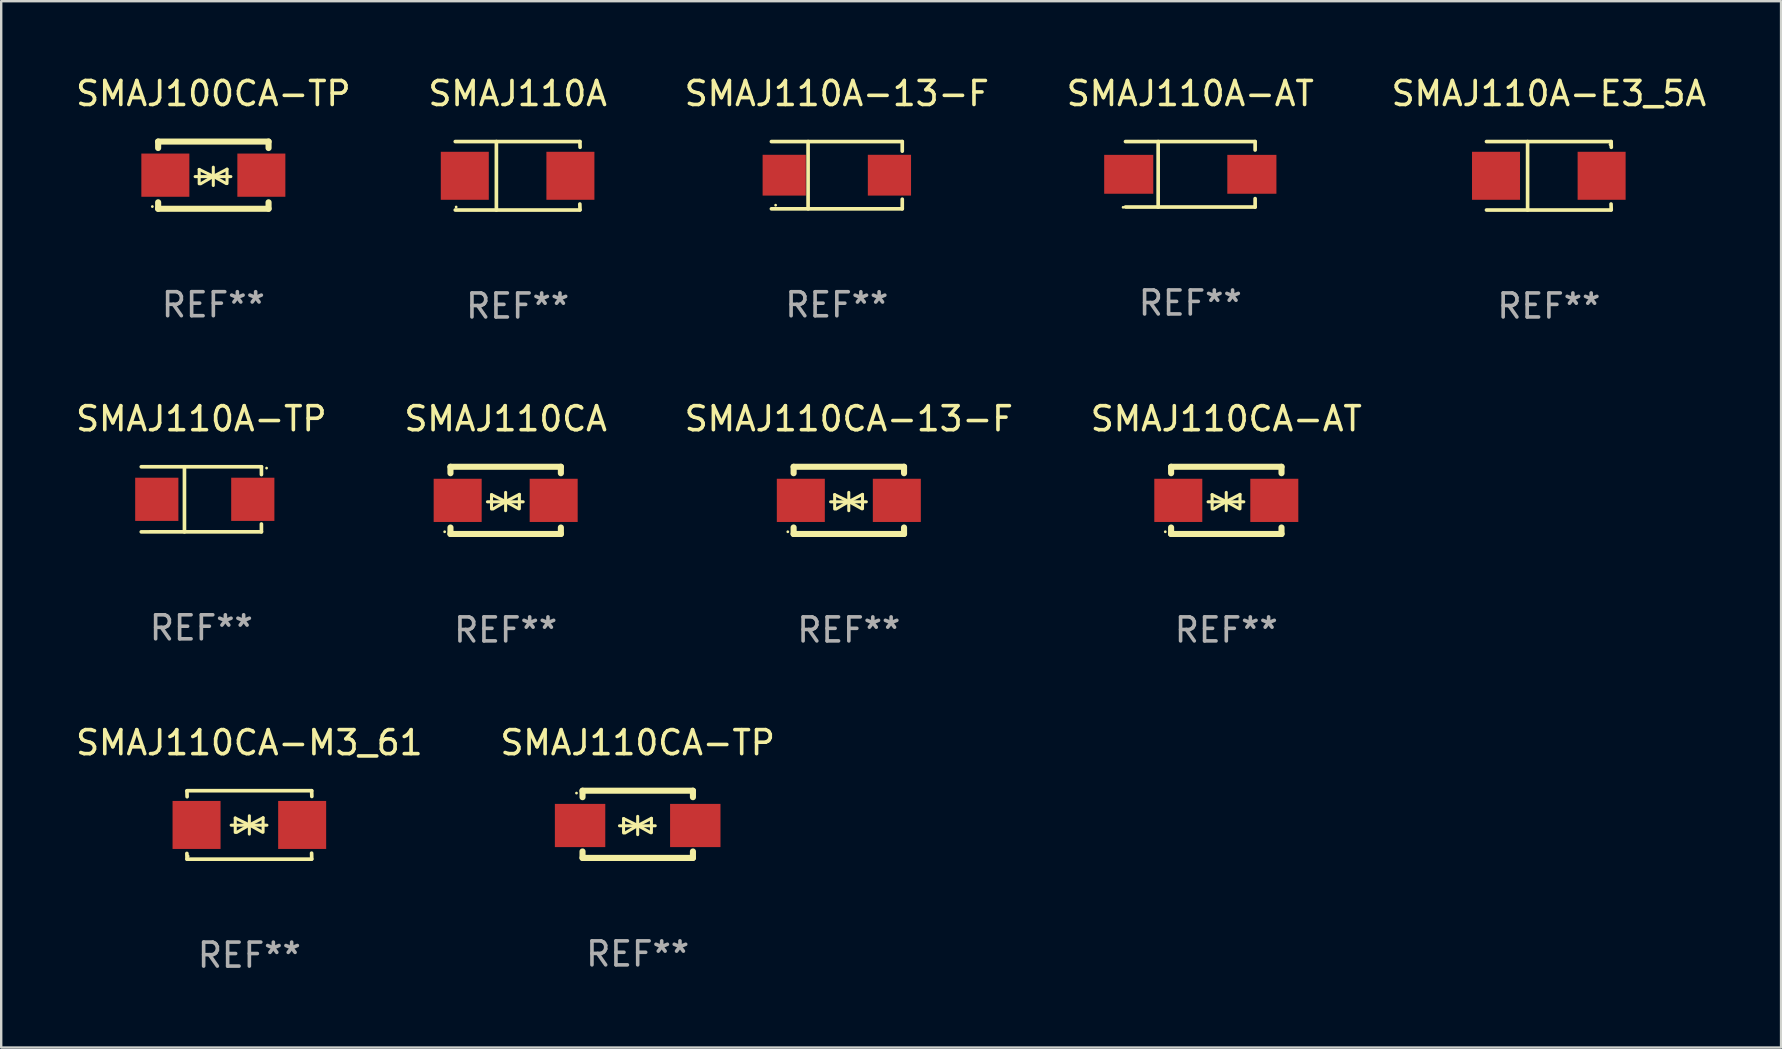
<source format=kicad_pcb>
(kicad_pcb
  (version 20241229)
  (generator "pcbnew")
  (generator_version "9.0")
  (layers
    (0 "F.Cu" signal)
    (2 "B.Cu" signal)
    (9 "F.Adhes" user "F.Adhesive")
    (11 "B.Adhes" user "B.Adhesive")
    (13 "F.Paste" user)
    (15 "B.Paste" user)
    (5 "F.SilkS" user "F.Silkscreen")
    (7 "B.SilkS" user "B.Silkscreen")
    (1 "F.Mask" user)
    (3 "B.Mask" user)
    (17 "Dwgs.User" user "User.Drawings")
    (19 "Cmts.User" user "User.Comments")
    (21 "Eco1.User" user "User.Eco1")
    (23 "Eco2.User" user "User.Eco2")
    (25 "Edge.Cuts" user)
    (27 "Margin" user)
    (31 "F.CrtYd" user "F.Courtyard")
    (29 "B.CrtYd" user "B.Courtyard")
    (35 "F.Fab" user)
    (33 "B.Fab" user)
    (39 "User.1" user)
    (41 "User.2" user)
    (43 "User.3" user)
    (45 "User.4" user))
  (footprint "SMAJ110CA-M3_61"
    (layer "F.Cu")
    (at 7.339 31.32)
    (property "Reference" "SMAJ110CA-M3_61" (at 0 -3.426 0) (layer "F.SilkS") (effects (font (size 1 1) (thickness 0.15))))
    (attr through_hole)
    (fp_line (start -2.596 -1.426) (end 2.596 -1.426) (stroke (width 0.152) (type solid)) (layer "F.SilkS"))
    (fp_line (start -2.596 1.426) (end -2.603 1.187) (stroke (width 0.152) (type solid)) (layer "F.SilkS"))
    (fp_line (start -2.596 1.426) (end 2.596 1.426) (stroke (width 0.152) (type solid)) (layer "F.SilkS"))
    (fp_line (start -2.593 -1.176) (end -2.6 -1.415) (stroke (width 0.152) (type solid)) (layer "F.SilkS"))
    (fp_line (start -0.758 0.011) (end 0.732 0.011) (stroke (width 0.127) (type solid)) (layer "F.SilkS"))
    (fp_line (start -0.588 -0.289) (end -0.588 0.311) (stroke (width 0.127) (type solid)) (layer "F.SilkS"))
    (fp_line (start -0.588 -0.289) (end 0 0) (stroke (width 0.127) (type solid)) (layer "F.SilkS"))
    (fp_line (start -0.528 0.311) (end 0 0) (stroke (width 0.127) (type solid)) (layer "F.SilkS"))
    (fp_line (start 0 0) (end 0 -0.381) (stroke (width 0.127) (type solid)) (layer "F.SilkS"))
    (fp_line (start 0 0) (end 0 0.381) (stroke (width 0.127) (type solid)) (layer "F.SilkS"))
    (fp_line (start 0.542 0.301) (end 0 0) (stroke (width 0.127) (type solid)) (layer "F.SilkS"))
    (fp_line (start 0.572 -0.299) (end 0 0) (stroke (width 0.127) (type solid)) (layer "F.SilkS"))
    (fp_line (start 0.572 -0.299) (end 0.572 0.301) (stroke (width 0.127) (type solid)) (layer "F.SilkS"))
    (fp_line (start 2.593 1.176) (end 2.6 1.415) (stroke (width 0.152) (type solid)) (layer "F.SilkS"))
    (fp_line (start 2.596 -1.426) (end 2.603 -1.187) (stroke (width 0.152) (type solid)) (layer "F.SilkS"))
    (fp_circle (center -2.55 1.3) (end -2.52 1.3) (stroke (width 0.06) (type solid)) (fill no) (layer "F.SilkS"))
    (fp_text user "REF**" (at 0 5.426 0) (layer "F.Fab") (effects (font (size 1 1) (thickness 0.15))))
    (pad "1" smd rect (at -2.2 0 180) (size 2 2) (layers "F.Cu" "F.Mask" "F.Paste"))
    (pad "2" smd rect (at 2.2 0 180) (size 2 2) (layers "F.Cu" "F.Mask" "F.Paste")))
  (footprint "SMAJ110A-TP"
    (layer "F.Cu")
    (at 5.339 17.753)
    (property "Reference" "SMAJ110A-TP" (at 0 -3.356 0) (layer "F.SilkS") (effects (font (size 1 1) (thickness 0.15))))
    (attr through_hole)
    (fp_line (start -2.503 -1.356) (end 2.503 -1.355) (stroke (width 0.152) (type solid)) (layer "F.SilkS"))
    (fp_line (start -2.503 1.356) (end 2.503 1.355) (stroke (width 0.152) (type solid)) (layer "F.SilkS"))
    (fp_line (start -0.704 -1.356) (end -0.704 1.356) (stroke (width 0.152) (type solid)) (layer "F.SilkS"))
    (fp_line (start 2.502 -1.356) (end 2.503 -1.03) (stroke (width 0.152) (type solid)) (layer "F.SilkS"))
    (fp_line (start 2.503 1.355) (end 2.502 1.029) (stroke (width 0.152) (type solid)) (layer "F.SilkS"))
    (fp_circle (center 2.718 -1.3) (end 2.748 -1.3) (stroke (width 0.06) (type solid)) (fill no) (layer "F.SilkS"))
    (fp_text user "REF**" (at 0 5.356 0) (layer "F.Fab") (effects (font (size 1 1) (thickness 0.15))))
    (pad "1" smd rect (at 2.143 0) (size 1.8 1.8) (layers "F.Cu" "F.Mask" "F.Paste"))
    (pad "2" smd rect (at -1.857 0) (size 1.8 1.8) (layers "F.Cu" "F.Mask" "F.Paste")))
  (footprint "SMAJ110A-AT"
    (layer "F.Cu")
    (at 46.542 4.212)
    (property "Reference" "SMAJ110A-AT" (at 0 -3.364 0) (layer "F.SilkS") (effects (font (size 1 1) (thickness 0.15))))
    (attr through_hole)
    (fp_line (start -2.701 -1.364) (end 2.701 -1.364) (stroke (width 0.152) (type solid)) (layer "F.SilkS"))
    (fp_line (start -2.701 1.364) (end 2.701 1.364) (stroke (width 0.152) (type solid)) (layer "F.SilkS"))
    (fp_line (start -1.339 -1.364) (end -1.339 1.364) (stroke (width 0.152) (type solid)) (layer "F.SilkS"))
    (fp_line (start 2.701 -1.364) (end 2.701 -1.013) (stroke (width 0.152) (type solid)) (layer "F.SilkS"))
    (fp_line (start 2.701 1.364) (end 2.701 1.013) (stroke (width 0.152) (type solid)) (layer "F.SilkS"))
    (fp_circle (center -2.8 1.375) (end -2.77 1.375) (stroke (width 0.06) (type solid)) (fill no) (layer "F.SilkS"))
    (fp_text user "REF**" (at 0 5.364 0) (layer "F.Fab") (effects (font (size 1 1) (thickness 0.15))))
    (pad "1" smd rect (at -2.565 -0.000025) (size 2.046 1.62) (layers "F.Cu" "F.Mask" "F.Paste"))
    (pad "2" smd rect (at 2.565 -0.000025) (size 2.046 1.62) (layers "F.Cu" "F.Mask" "F.Paste")))
  (footprint "SMAJ110CA-AT"
    (layer "F.Cu")
    (at 48.042 17.797)
    (property "Reference" "SMAJ110CA-AT" (at 0 -3.4 0) (layer "F.SilkS") (effects (font (size 1 1) (thickness 0.15))))
    (attr through_hole)
    (fp_line (start -2.3 -1.4) (end -2.3 -1.131) (stroke (width 0.254) (type solid)) (layer "F.SilkS"))
    (fp_line (start -2.3 -1.4) (end 2.3 -1.4) (stroke (width 0.254) (type solid)) (layer "F.SilkS"))
    (fp_line (start -2.3 1.131) (end -2.3 1.4) (stroke (width 0.254) (type solid)) (layer "F.SilkS"))
    (fp_line (start -2.3 1.4) (end 2.3 1.4) (stroke (width 0.254) (type solid)) (layer "F.SilkS"))
    (fp_line (start -0.76 0.06) (end 0.73 0.06) (stroke (width 0.127) (type solid)) (layer "F.SilkS"))
    (fp_line (start -0.59 -0.24) (end -0.59 0.36) (stroke (width 0.127) (type solid)) (layer "F.SilkS"))
    (fp_line (start -0.59 -0.24) (end -0.002 0.049) (stroke (width 0.127) (type solid)) (layer "F.SilkS"))
    (fp_line (start -0.53 0.36) (end -0.002 0.049) (stroke (width 0.127) (type solid)) (layer "F.SilkS"))
    (fp_line (start -0.002 0.049) (end -0.002 -0.332) (stroke (width 0.127) (type solid)) (layer "F.SilkS"))
    (fp_line (start -0.002 0.049) (end -0.002 0.43) (stroke (width 0.127) (type solid)) (layer "F.SilkS"))
    (fp_line (start 0.54 0.35) (end -0.002 0.049) (stroke (width 0.127) (type solid)) (layer "F.SilkS"))
    (fp_line (start 0.57 -0.25) (end -0.002 0.049) (stroke (width 0.127) (type solid)) (layer "F.SilkS"))
    (fp_line (start 0.57 -0.25) (end 0.57 0.35) (stroke (width 0.127) (type solid)) (layer "F.SilkS"))
    (fp_line (start 2.3 -1.4) (end 2.3 -1.131) (stroke (width 0.254) (type solid)) (layer "F.SilkS"))
    (fp_line (start 2.3 1.131) (end 2.3 1.4) (stroke (width 0.254) (type solid)) (layer "F.SilkS"))
    (fp_circle (center -2.542 1.308) (end -2.512 1.308) (stroke (width 0.06) (type solid)) (fill no) (layer "F.SilkS"))
    (fp_text user "REF**" (at 0 5.4 0) (layer "F.Fab") (effects (font (size 1 1) (thickness 0.15))))
    (pad "1" smd rect (at -2 0) (size 2 1.8) (layers "F.Cu" "F.Mask" "F.Paste"))
    (pad "2" smd rect (at 2 0) (size 2 1.8) (layers "F.Cu" "F.Mask" "F.Paste")))
  (footprint "SMAJ110A"
    (layer "F.Cu")
    (at 18.518 4.274)
    (property "Reference" "SMAJ110A" (at 0 -3.426 0) (layer "F.SilkS") (effects (font (size 1 1) (thickness 0.15))))
    (attr through_hole)
    (fp_line (start -2.6 -1.426) (end 2.593 -1.426) (stroke (width 0.152) (type solid)) (layer "F.SilkS"))
    (fp_line (start -2.6 1.426) (end 2.593 1.426) (stroke (width 0.152) (type solid)) (layer "F.SilkS"))
    (fp_line (start -0.887 -1.426) (end -0.887 1.426) (stroke (width 0.152) (type solid)) (layer "F.SilkS"))
    (fp_line (start 2.59 1.176) (end 2.597 1.415) (stroke (width 0.152) (type solid)) (layer "F.SilkS"))
    (fp_line (start 2.593 -1.426) (end 2.6 -1.187) (stroke (width 0.152) (type solid)) (layer "F.SilkS"))
    (fp_circle (center -2.563 1.3) (end -2.533 1.3) (stroke (width 0.06) (type solid)) (fill no) (layer "F.SilkS"))
    (fp_text user "REF**" (at 0 5.426 0) (layer "F.Fab") (effects (font (size 1 1) (thickness 0.15))))
    (pad "1" smd rect (at -2.203 -0.000025 180) (size 2 2) (layers "F.Cu" "F.Mask" "F.Paste"))
    (pad "2" smd rect (at 2.197 -0.000025 180) (size 2 2) (layers "F.Cu" "F.Mask" "F.Paste")))
  (footprint "SMAJ110CA-13-F"
    (layer "F.Cu")
    (at 32.315 17.797)
    (property "Reference" "SMAJ110CA-13-F" (at 0 -3.4 0) (layer "F.SilkS") (effects (font (size 1 1) (thickness 0.15))))
    (attr through_hole)
    (fp_line (start -2.3 -1.4) (end -2.3 -1.131) (stroke (width 0.254) (type solid)) (layer "F.SilkS"))
    (fp_line (start -2.3 -1.4) (end 2.3 -1.4) (stroke (width 0.254) (type solid)) (layer "F.SilkS"))
    (fp_line (start -2.3 1.131) (end -2.3 1.4) (stroke (width 0.254) (type solid)) (layer "F.SilkS"))
    (fp_line (start -2.3 1.4) (end 2.3 1.4) (stroke (width 0.254) (type solid)) (layer "F.SilkS"))
    (fp_line (start -0.76 0.06) (end 0.73 0.06) (stroke (width 0.127) (type solid)) (layer "F.SilkS"))
    (fp_line (start -0.59 -0.24) (end -0.59 0.36) (stroke (width 0.127) (type solid)) (layer "F.SilkS"))
    (fp_line (start -0.59 -0.24) (end -0.002 0.049) (stroke (width 0.127) (type solid)) (layer "F.SilkS"))
    (fp_line (start -0.53 0.36) (end -0.002 0.049) (stroke (width 0.127) (type solid)) (layer "F.SilkS"))
    (fp_line (start -0.002 0.049) (end -0.002 -0.332) (stroke (width 0.127) (type solid)) (layer "F.SilkS"))
    (fp_line (start -0.002 0.049) (end -0.002 0.43) (stroke (width 0.127) (type solid)) (layer "F.SilkS"))
    (fp_line (start 0.54 0.35) (end -0.002 0.049) (stroke (width 0.127) (type solid)) (layer "F.SilkS"))
    (fp_line (start 0.57 -0.25) (end -0.002 0.049) (stroke (width 0.127) (type solid)) (layer "F.SilkS"))
    (fp_line (start 0.57 -0.25) (end 0.57 0.35) (stroke (width 0.127) (type solid)) (layer "F.SilkS"))
    (fp_line (start 2.3 -1.4) (end 2.3 -1.131) (stroke (width 0.254) (type solid)) (layer "F.SilkS"))
    (fp_line (start 2.3 1.131) (end 2.3 1.4) (stroke (width 0.254) (type solid)) (layer "F.SilkS"))
    (fp_circle (center -2.542 1.308) (end -2.512 1.308) (stroke (width 0.06) (type solid)) (fill no) (layer "F.SilkS"))
    (fp_text user "REF**" (at 0 5.4 0) (layer "F.Fab") (effects (font (size 1 1) (thickness 0.15))))
    (pad "1" smd rect (at -2 0) (size 2 1.8) (layers "F.Cu" "F.Mask" "F.Paste"))
    (pad "2" smd rect (at 2 0) (size 2 1.8) (layers "F.Cu" "F.Mask" "F.Paste")))
  (footprint "SMAJ110A-E3_5A"
    (layer "F.Cu")
    (at 61.482 4.274)
    (property "Reference" "SMAJ110A-E3_5A" (at 0 -3.426 0) (layer "F.SilkS") (effects (font (size 1 1) (thickness 0.15))))
    (attr through_hole)
    (fp_line (start -2.6 -1.426) (end 2.593 -1.426) (stroke (width 0.152) (type solid)) (layer "F.SilkS"))
    (fp_line (start -2.6 1.426) (end 2.593 1.426) (stroke (width 0.152) (type solid)) (layer "F.SilkS"))
    (fp_line (start -0.887 -1.426) (end -0.887 1.426) (stroke (width 0.152) (type solid)) (layer "F.SilkS"))
    (fp_line (start 2.59 1.176) (end 2.597 1.415) (stroke (width 0.152) (type solid)) (layer "F.SilkS"))
    (fp_line (start 2.593 -1.426) (end 2.6 -1.187) (stroke (width 0.152) (type solid)) (layer "F.SilkS"))
    (fp_circle (center 2.547 -1.3) (end 2.577 -1.3) (stroke (width 0.06) (type solid)) (fill no) (layer "F.SilkS"))
    (fp_text user "REF**" (at 0 5.426 0) (layer "F.Fab") (effects (font (size 1 1) (thickness 0.15))))
    (pad "1" smd rect (at 2.197 -0.000025 180) (size 2 2) (layers "F.Cu" "F.Mask" "F.Paste"))
    (pad "2" smd rect (at -2.203 -0.000025 180) (size 2 2) (layers "F.Cu" "F.Mask" "F.Paste")))
  (footprint "SMAJ110CA"
    (layer "F.Cu")
    (at 18.018 17.797)
    (property "Reference" "SMAJ110CA" (at 0 -3.4 0) (layer "F.SilkS") (effects (font (size 1 1) (thickness 0.15))))
    (attr through_hole)
    (fp_line (start -2.3 -1.4) (end -2.3 -1.131) (stroke (width 0.254) (type solid)) (layer "F.SilkS"))
    (fp_line (start -2.3 -1.4) (end 2.3 -1.4) (stroke (width 0.254) (type solid)) (layer "F.SilkS"))
    (fp_line (start -2.3 1.131) (end -2.3 1.4) (stroke (width 0.254) (type solid)) (layer "F.SilkS"))
    (fp_line (start -2.3 1.4) (end 2.3 1.4) (stroke (width 0.254) (type solid)) (layer "F.SilkS"))
    (fp_line (start -0.76 0.06) (end 0.73 0.06) (stroke (width 0.127) (type solid)) (layer "F.SilkS"))
    (fp_line (start -0.59 -0.24) (end -0.59 0.36) (stroke (width 0.127) (type solid)) (layer "F.SilkS"))
    (fp_line (start -0.59 -0.24) (end -0.002 0.049) (stroke (width 0.127) (type solid)) (layer "F.SilkS"))
    (fp_line (start -0.53 0.36) (end -0.002 0.049) (stroke (width 0.127) (type solid)) (layer "F.SilkS"))
    (fp_line (start -0.002 0.049) (end -0.002 -0.332) (stroke (width 0.127) (type solid)) (layer "F.SilkS"))
    (fp_line (start -0.002 0.049) (end -0.002 0.43) (stroke (width 0.127) (type solid)) (layer "F.SilkS"))
    (fp_line (start 0.54 0.35) (end -0.002 0.049) (stroke (width 0.127) (type solid)) (layer "F.SilkS"))
    (fp_line (start 0.57 -0.25) (end -0.002 0.049) (stroke (width 0.127) (type solid)) (layer "F.SilkS"))
    (fp_line (start 0.57 -0.25) (end 0.57 0.35) (stroke (width 0.127) (type solid)) (layer "F.SilkS"))
    (fp_line (start 2.3 -1.4) (end 2.3 -1.131) (stroke (width 0.254) (type solid)) (layer "F.SilkS"))
    (fp_line (start 2.3 1.131) (end 2.3 1.4) (stroke (width 0.254) (type solid)) (layer "F.SilkS"))
    (fp_circle (center -2.542 1.308) (end -2.512 1.308) (stroke (width 0.06) (type solid)) (fill no) (layer "F.SilkS"))
    (fp_text user "REF**" (at 0 5.4 0) (layer "F.Fab") (effects (font (size 1 1) (thickness 0.15))))
    (pad "1" smd rect (at -2 0) (size 2 1.8) (layers "F.Cu" "F.Mask" "F.Paste"))
    (pad "2" smd rect (at 2 0) (size 2 1.8) (layers "F.Cu" "F.Mask" "F.Paste")))
  (footprint "SMAJ110CA-TP"
    (layer "F.Cu")
    (at 23.518 31.294)
    (property "Reference" "SMAJ110CA-TP" (at 0 -3.4 0) (layer "F.SilkS") (effects (font (size 1 1) (thickness 0.15))))
    (attr through_hole)
    (fp_line (start -2.298 -1.4) (end -2.298 -1.131) (stroke (width 0.254) (type solid)) (layer "F.SilkS"))
    (fp_line (start -2.298 -1.4) (end 2.302 -1.4) (stroke (width 0.254) (type solid)) (layer "F.SilkS"))
    (fp_line (start -2.298 1.131) (end -2.298 1.4) (stroke (width 0.254) (type solid)) (layer "F.SilkS"))
    (fp_line (start -2.298 1.4) (end 2.302 1.4) (stroke (width 0.254) (type solid)) (layer "F.SilkS"))
    (fp_line (start -0.758 0.06) (end 0.732 0.06) (stroke (width 0.127) (type solid)) (layer "F.SilkS"))
    (fp_line (start -0.588 -0.24) (end -0.588 0.36) (stroke (width 0.127) (type solid)) (layer "F.SilkS"))
    (fp_line (start -0.588 -0.24) (end 0.000025 0.049) (stroke (width 0.127) (type solid)) (layer "F.SilkS"))
    (fp_line (start -0.528 0.36) (end 0.000025 0.049) (stroke (width 0.127) (type solid)) (layer "F.SilkS"))
    (fp_line (start 0.000025 0.049) (end 0.000025 -0.332) (stroke (width 0.127) (type solid)) (layer "F.SilkS"))
    (fp_line (start 0.000025 0.049) (end 0.000025 0.43) (stroke (width 0.127) (type solid)) (layer "F.SilkS"))
    (fp_line (start 0.542 0.35) (end 0.000025 0.049) (stroke (width 0.127) (type solid)) (layer "F.SilkS"))
    (fp_line (start 0.572 -0.25) (end 0.000025 0.049) (stroke (width 0.127) (type solid)) (layer "F.SilkS"))
    (fp_line (start 0.572 -0.25) (end 0.572 0.35) (stroke (width 0.127) (type solid)) (layer "F.SilkS"))
    (fp_line (start 2.302 -1.4) (end 2.302 -1.131) (stroke (width 0.254) (type solid)) (layer "F.SilkS"))
    (fp_line (start 2.302 1.131) (end 2.302 1.4) (stroke (width 0.254) (type solid)) (layer "F.SilkS"))
    (fp_circle (center -2.549 -1.301) (end -2.519 -1.301) (stroke (width 0.06) (type solid)) (fill no) (layer "F.SilkS"))
    (fp_text user "REF**" (at 0 5.4 0) (layer "F.Fab") (effects (font (size 1 1) (thickness 0.15))))
    (pad "1" smd rect (at -2.4 0.049) (size 2.1 1.8) (layers "F.Cu" "F.Mask" "F.Paste"))
    (pad "2" smd rect (at 2.4 0.049) (size 2.1 1.8) (layers "F.Cu" "F.Mask" "F.Paste")))
  (footprint "SMAJ100CA-TP"
    (layer "F.Cu")
    (at 5.839 4.248)
    (property "Reference" "SMAJ100CA-TP" (at 0 -3.4 0) (layer "F.SilkS") (effects (font (size 1 1) (thickness 0.15))))
    (attr through_hole)
    (fp_line (start -2.3 -1.4) (end -2.3 -1.131) (stroke (width 0.254) (type solid)) (layer "F.SilkS"))
    (fp_line (start -2.3 -1.4) (end 2.3 -1.4) (stroke (width 0.254) (type solid)) (layer "F.SilkS"))
    (fp_line (start -2.3 1.131) (end -2.3 1.4) (stroke (width 0.254) (type solid)) (layer "F.SilkS"))
    (fp_line (start -2.3 1.4) (end 2.3 1.4) (stroke (width 0.254) (type solid)) (layer "F.SilkS"))
    (fp_line (start -0.76 0.06) (end 0.73 0.06) (stroke (width 0.127) (type solid)) (layer "F.SilkS"))
    (fp_line (start -0.59 -0.24) (end -0.59 0.36) (stroke (width 0.127) (type solid)) (layer "F.SilkS"))
    (fp_line (start -0.59 -0.24) (end -0.002 0.049) (stroke (width 0.127) (type solid)) (layer "F.SilkS"))
    (fp_line (start -0.53 0.36) (end -0.002 0.049) (stroke (width 0.127) (type solid)) (layer "F.SilkS"))
    (fp_line (start -0.002 0.049) (end -0.002 -0.332) (stroke (width 0.127) (type solid)) (layer "F.SilkS"))
    (fp_line (start -0.002 0.049) (end -0.002 0.43) (stroke (width 0.127) (type solid)) (layer "F.SilkS"))
    (fp_line (start 0.54 0.35) (end -0.002 0.049) (stroke (width 0.127) (type solid)) (layer "F.SilkS"))
    (fp_line (start 0.57 -0.25) (end -0.002 0.049) (stroke (width 0.127) (type solid)) (layer "F.SilkS"))
    (fp_line (start 0.57 -0.25) (end 0.57 0.35) (stroke (width 0.127) (type solid)) (layer "F.SilkS"))
    (fp_line (start 2.3 -1.4) (end 2.3 -1.131) (stroke (width 0.254) (type solid)) (layer "F.SilkS"))
    (fp_line (start 2.3 1.131) (end 2.3 1.4) (stroke (width 0.254) (type solid)) (layer "F.SilkS"))
    (fp_circle (center -2.542 1.308) (end -2.512 1.308) (stroke (width 0.06) (type solid)) (fill no) (layer "F.SilkS"))
    (fp_text user "REF**" (at 0 5.4 0) (layer "F.Fab") (effects (font (size 1 1) (thickness 0.15))))
    (pad "1" smd rect (at -2 0) (size 2 1.8) (layers "F.Cu" "F.Mask" "F.Paste"))
    (pad "2" smd rect (at 2 0) (size 2 1.8) (layers "F.Cu" "F.Mask" "F.Paste")))
  (footprint "SMAJ110A-13-F"
    (layer "F.Cu")
    (at 31.815 4.249)
    (property "Reference" "SMAJ110A-13-F" (at 0 -3.401 0) (layer "F.SilkS") (effects (font (size 1 1) (thickness 0.15))))
    (attr through_hole)
    (fp_line (start -2.726 -1.401) (end 2.726 -1.401) (stroke (width 0.152) (type solid)) (layer "F.SilkS"))
    (fp_line (start -2.726 1.401) (end 2.726 1.401) (stroke (width 0.152) (type solid)) (layer "F.SilkS"))
    (fp_line (start -1.197 -1.401) (end -1.197 1.401) (stroke (width 0.152) (type solid)) (layer "F.SilkS"))
    (fp_line (start 2.726 -1.401) (end 2.726 -1) (stroke (width 0.152) (type solid)) (layer "F.SilkS"))
    (fp_line (start 2.726 1.401) (end 2.726 1) (stroke (width 0.152) (type solid)) (layer "F.SilkS"))
    (fp_circle (center -2.55 1.25) (end -2.52 1.25) (stroke (width 0.06) (type solid)) (fill no) (layer "F.SilkS"))
    (fp_text user "REF**" (at 0 5.401 0) (layer "F.Fab") (effects (font (size 1 1) (thickness 0.15))))
    (pad "1" smd rect (at -2.192 0) (size 1.8 1.7) (layers "F.Cu" "F.Mask" "F.Paste"))
    (pad "2" smd rect (at 2.192 0) (size 1.8 1.7) (layers "F.Cu" "F.Mask" "F.Paste")))
  (gr_rect
    (start -3 -3)
    (end 71.155 40.594)
    (stroke (width 0.1) (type default))
    (fill no)
    (layer "Edge.Cuts")))
</source>
